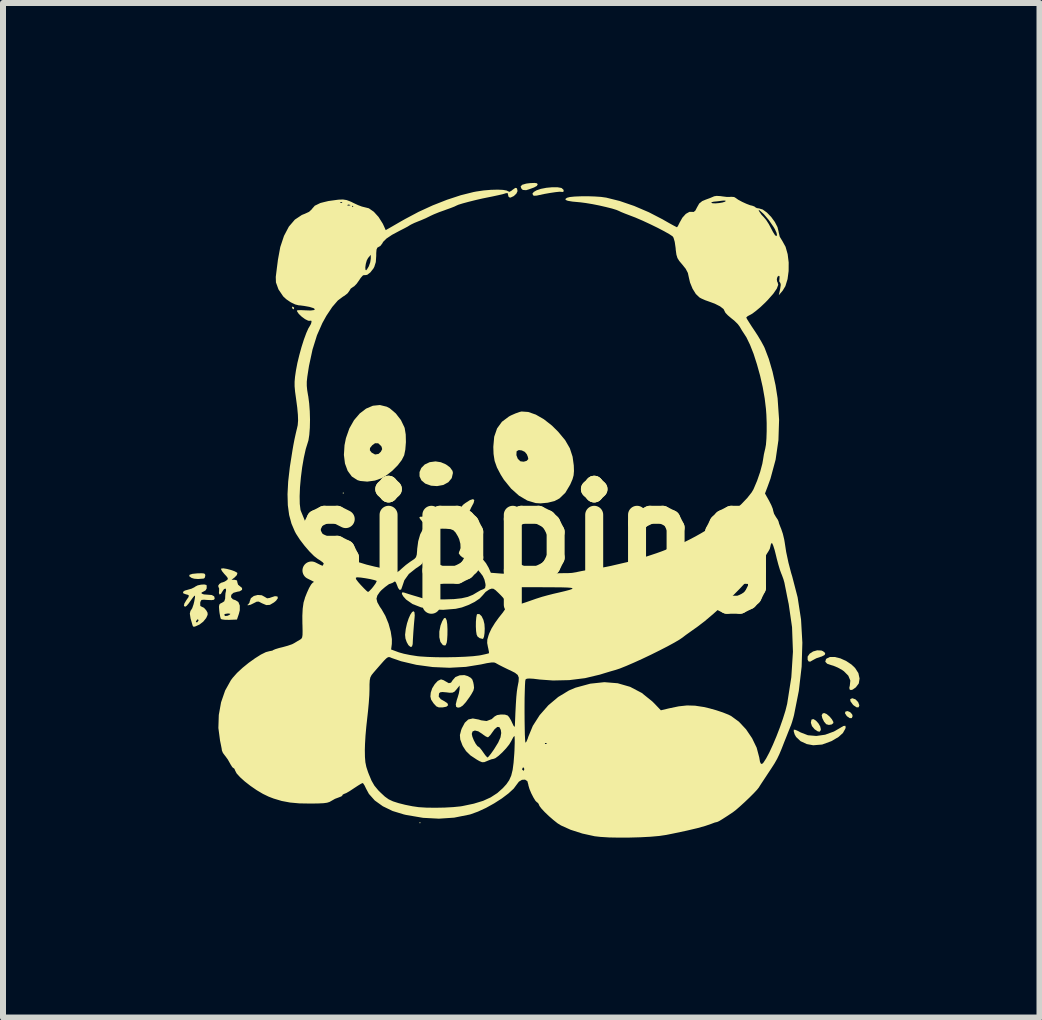
<source format=kicad_pcb>
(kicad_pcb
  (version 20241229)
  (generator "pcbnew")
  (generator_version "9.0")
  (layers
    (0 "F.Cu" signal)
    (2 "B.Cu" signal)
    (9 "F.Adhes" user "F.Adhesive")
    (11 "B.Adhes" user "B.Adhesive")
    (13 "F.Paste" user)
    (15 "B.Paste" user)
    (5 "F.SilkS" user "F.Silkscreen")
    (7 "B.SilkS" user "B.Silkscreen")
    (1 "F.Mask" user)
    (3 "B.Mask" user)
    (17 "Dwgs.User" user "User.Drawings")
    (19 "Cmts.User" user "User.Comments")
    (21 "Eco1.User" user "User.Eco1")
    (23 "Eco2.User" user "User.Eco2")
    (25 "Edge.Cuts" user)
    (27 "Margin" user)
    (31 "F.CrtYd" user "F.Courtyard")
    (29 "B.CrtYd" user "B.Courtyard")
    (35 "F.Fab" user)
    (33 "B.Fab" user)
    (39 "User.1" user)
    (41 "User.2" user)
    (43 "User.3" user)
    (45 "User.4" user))
  (footprint "sipping"
    (layer "F.Cu")
    (at 5.893 5.855)
    (property "Reference" "sipping" (at 0 0 0) (layer "F.SilkS") (effects (font (size 1.5 1.5) (thickness 0.3))))
    (attr board_only exclude_from_pos_files exclude_from_bom)
    (fp_poly (pts (xy -3.209 -0.684) (xy -3.22 -0.673) (xy -3.231 -0.684) (xy -3.22 -0.696)) (stroke (width 0) (type solid)) (fill yes) (layer "F.SilkS"))
    (fp_poly (pts (xy -1.93 4.813) (xy -1.941 4.824) (xy -1.952 4.813) (xy -1.941 4.802)) (stroke (width 0) (type solid)) (fill yes) (layer "F.SilkS"))
    (fp_poly (pts (xy 0 -0.438) (xy -0.011 -0.426) (xy -0.022 -0.438) (xy -0.011 -0.449)) (stroke (width 0) (type solid)) (fill yes) (layer "F.SilkS"))
    (fp_poly (pts (xy -4.04 -3.776) (xy -4.039 -3.77) (xy -4.047 -3.748) (xy -4.049 -3.747) (xy -4.068 -3.763) (xy -4.073 -3.77) (xy -4.071 -3.79) (xy -4.063 -3.792)) (stroke (width 0) (type solid)) (fill yes) (layer "F.SilkS"))
    (fp_poly (pts (xy 5.232 2.969) (xy 5.265 3.005) (xy 5.273 3.035) (xy 5.259 3.068) (xy 5.225 3.069) (xy 5.18 3.038) (xy 5.172 3.029) (xy 5.145 2.986) (xy 5.154 2.959) (xy 5.189 2.951)) (stroke (width 0) (type solid)) (fill yes) (layer "F.SilkS"))
    (fp_poly (pts (xy 5.321 2.756) (xy 5.365 2.801) (xy 5.385 2.854) (xy 5.385 2.857) (xy 5.372 2.889) (xy 5.338 2.888) (xy 5.29 2.856) (xy 5.277 2.843) (xy 5.237 2.788) (xy 5.233 2.752) (xy 5.265 2.738) (xy 5.269 2.737)) (stroke (width 0) (type solid)) (fill yes) (layer "F.SilkS"))
    (fp_poly (pts (xy -5.539 0.657) (xy -5.523 0.672) (xy -5.52 0.695) (xy -5.531 0.732) (xy -5.548 0.742) (xy -5.59 0.745) (xy -5.64 0.749) (xy -5.705 0.744) (xy -5.75 0.73) (xy -5.788 0.702) (xy -5.783 0.679) (xy -5.735 0.663) (xy -5.655 0.655) (xy -5.58 0.653)) (stroke (width 0) (type solid)) (fill yes) (layer "F.SilkS"))
    (fp_poly (pts (xy 0.01 -5.849) (xy 0.022 -5.832) (xy 0.022 -5.83) (xy 0.008 -5.805) (xy -0.039 -5.779) (xy -0.124 -5.748) (xy -0.171 -5.734) (xy -0.225 -5.738) (xy -0.247 -5.756) (xy -0.263 -5.795) (xy -0.237 -5.824) (xy -0.168 -5.844) (xy -0.102 -5.852) (xy -0.028 -5.855)) (stroke (width 0) (type solid)) (fill yes) (layer "F.SilkS"))
    (fp_poly (pts (xy 4.662 3.111) (xy 4.702 3.155) (xy 4.732 3.206) (xy 4.743 3.254) (xy 4.741 3.27) (xy 4.723 3.295) (xy 4.691 3.289) (xy 4.637 3.253) (xy 4.637 3.252) (xy 4.595 3.202) (xy 4.577 3.145) (xy 4.586 3.097) (xy 4.592 3.09) (xy 4.622 3.085)) (stroke (width 0) (type solid)) (fill yes) (layer "F.SilkS"))
    (fp_poly (pts (xy 4.839 3) (xy 4.886 3.039) (xy 4.927 3.087) (xy 4.951 3.131) (xy 4.952 3.15) (xy 4.925 3.174) (xy 4.877 3.182) (xy 4.833 3.17) (xy 4.833 3.17) (xy 4.797 3.128) (xy 4.767 3.067) (xy 4.757 3.019) (xy 4.775 2.99) (xy 4.8 2.984)) (stroke (width 0) (type solid)) (fill yes) (layer "F.SilkS"))
    (fp_poly (pts (xy 4.751 1.941) (xy 4.78 1.953) (xy 4.816 1.984) (xy 4.808 2.015) (xy 4.758 2.041) (xy 4.734 2.048) (xy 4.667 2.071) (xy 4.613 2.1) (xy 4.613 2.1) (xy 4.566 2.127) (xy 4.539 2.123) (xy 4.523 2.095) (xy 4.523 2.042) (xy 4.557 1.994) (xy 4.614 1.957) (xy 4.682 1.938)) (stroke (width 0) (type solid)) (fill yes) (layer "F.SilkS"))
    (fp_poly (pts (xy -1.497 1.434) (xy -1.495 1.442) (xy -1.486 1.501) (xy -1.482 1.587) (xy -1.483 1.681) (xy -1.488 1.764) (xy -1.495 1.812) (xy -1.513 1.854) (xy -1.541 1.857) (xy -1.564 1.845) (xy -1.6 1.797) (xy -1.618 1.72) (xy -1.618 1.625) (xy -1.598 1.525) (xy -1.57 1.453) (xy -1.54 1.403) (xy -1.516 1.397)) (stroke (width 0) (type solid)) (fill yes) (layer "F.SilkS"))
    (fp_poly (pts (xy -1.592 -1.198) (xy -1.508 -1.162) (xy -1.44 -1.112) (xy -1.398 -1.054) (xy -1.391 -1.019) (xy -1.411 -0.933) (xy -1.467 -0.865) (xy -1.551 -0.819) (xy -1.656 -0.8) (xy -1.756 -0.807) (xy -1.853 -0.842) (xy -1.917 -0.896) (xy -1.948 -0.963) (xy -1.948 -1.034) (xy -1.919 -1.102) (xy -1.862 -1.16) (xy -1.779 -1.199) (xy -1.681 -1.212)) (stroke (width 0) (type solid)) (fill yes) (layer "F.SilkS"))
    (fp_poly (pts (xy -0.913 1.369) (xy -0.883 1.43) (xy -0.866 1.5) (xy -0.861 1.576) (xy -0.864 1.65) (xy -0.873 1.711) (xy -0.887 1.744) (xy -0.895 1.748) (xy -0.926 1.74) (xy -0.946 1.735) (xy -0.981 1.708) (xy -0.996 1.676) (xy -1.005 1.617) (xy -1.009 1.541) (xy -1.008 1.461) (xy -1.002 1.391) (xy -0.993 1.344) (xy -0.986 1.334) (xy -0.95 1.334)) (stroke (width 0) (type solid)) (fill yes) (layer "F.SilkS"))
    (fp_poly (pts (xy -2.033 1.301) (xy -2.028 1.352) (xy -2.031 1.395) (xy -2.041 1.505) (xy -2.051 1.636) (xy -2.059 1.765) (xy -2.062 1.834) (xy -2.074 1.876) (xy -2.1 1.881) (xy -2.134 1.851) (xy -2.162 1.801) (xy -2.183 1.74) (xy -2.189 1.679) (xy -2.179 1.596) (xy -2.178 1.585) (xy -2.157 1.49) (xy -2.13 1.408) (xy -2.101 1.343) (xy -2.073 1.301) (xy -2.05 1.286)) (stroke (width 0) (type solid)) (fill yes) (layer "F.SilkS"))
    (fp_poly (pts (xy 0.351 -5.783) (xy 0.414 -5.772) (xy 0.423 -5.768) (xy 0.453 -5.74) (xy 0.456 -5.713) (xy 0.432 -5.703) (xy 0.416 -5.707) (xy 0.383 -5.708) (xy 0.317 -5.701) (xy 0.23 -5.688) (xy 0.133 -5.671) (xy 0.039 -5.651) (xy 0.009 -5.644) (xy -0.035 -5.641) (xy -0.053 -5.647) (xy -0.066 -5.676) (xy -0.043 -5.705) (xy 0.004 -5.732) (xy 0.075 -5.756) (xy 0.167 -5.774) (xy 0.264 -5.783)) (stroke (width 0) (type solid)) (fill yes) (layer "F.SilkS"))
    (fp_poly (pts (xy 5.157 3.224) (xy 5.151 3.246) (xy 5.111 3.317) (xy 5.039 3.382) (xy 4.928 3.448) (xy 4.918 3.453) (xy 4.765 3.509) (xy 4.616 3.521) (xy 4.508 3.501) (xy 4.405 3.453) (xy 4.331 3.383) (xy 4.307 3.341) (xy 4.292 3.292) (xy 4.292 3.262) (xy 4.293 3.261) (xy 4.318 3.264) (xy 4.368 3.286) (xy 4.406 3.307) (xy 4.528 3.354) (xy 4.668 3.366) (xy 4.815 3.345) (xy 4.961 3.292) (xy 5.055 3.238) (xy 5.118 3.2) (xy 5.152 3.196)) (stroke (width 0) (type solid)) (fill yes) (layer "F.SilkS"))
    (fp_poly (pts (xy -4.578 1.02) (xy -4.529 1.047) (xy -4.489 1.071) (xy -4.444 1.064) (xy -4.43 1.058) (xy -4.359 1.035) (xy -4.317 1.04) (xy -4.31 1.068) (xy -4.34 1.111) (xy -4.375 1.14) (xy -4.443 1.18) (xy -4.503 1.184) (xy -4.574 1.154) (xy -4.58 1.151) (xy -4.628 1.126) (xy -4.663 1.127) (xy -4.71 1.151) (xy -4.763 1.177) (xy -4.804 1.187) (xy -4.805 1.187) (xy -4.822 1.183) (xy -4.807 1.174) (xy -4.784 1.145) (xy -4.779 1.121) (xy -4.76 1.069) (xy -4.711 1.032) (xy -4.646 1.015)) (stroke (width 0) (type solid)) (fill yes) (layer "F.SilkS"))
    (fp_poly (pts (xy 5.068 2.072) (xy 5.164 2.115) (xy 5.254 2.175) (xy 5.314 2.232) (xy 5.369 2.318) (xy 5.389 2.408) (xy 5.376 2.49) (xy 5.327 2.555) (xy 5.326 2.556) (xy 5.274 2.593) (xy 5.242 2.601) (xy 5.222 2.589) (xy 5.218 2.56) (xy 5.226 2.528) (xy 5.235 2.443) (xy 5.201 2.361) (xy 5.128 2.287) (xy 5.098 2.266) (xy 5.024 2.225) (xy 4.952 2.195) (xy 4.92 2.186) (xy 4.849 2.162) (xy 4.817 2.129) (xy 4.828 2.088) (xy 4.838 2.076) (xy 4.895 2.049) (xy 4.974 2.049)) (stroke (width 0) (type solid)) (fill yes) (layer "F.SilkS"))
    (fp_poly (pts (xy -2.495 -2.124) (xy -2.445 -2.098) (xy -2.344 -2.012) (xy -2.258 -1.901) (xy -2.2 -1.78) (xy -2.195 -1.764) (xy -2.178 -1.66) (xy -2.175 -1.534) (xy -2.185 -1.408) (xy -2.204 -1.314) (xy -2.244 -1.235) (xy -2.313 -1.145) (xy -2.402 -1.056) (xy -2.5 -0.979) (xy -2.575 -0.934) (xy -2.693 -0.892) (xy -2.82 -0.875) (xy -2.938 -0.886) (xy -2.984 -0.9) (xy -3.077 -0.96) (xy -3.146 -1.054) (xy -3.191 -1.176) (xy -3.209 -1.32) (xy -3.204 -1.397) (xy -2.776 -1.397) (xy -2.747 -1.359) (xy -2.689 -1.327) (xy -2.631 -1.337) (xy -2.593 -1.373) (xy -2.571 -1.416) (xy -2.58 -1.454) (xy -2.589 -1.469) (xy -2.637 -1.514) (xy -2.69 -1.515) (xy -2.736 -1.482) (xy -2.774 -1.435) (xy -2.776 -1.397) (xy -3.204 -1.397) (xy -3.199 -1.481) (xy -3.175 -1.6) (xy -3.118 -1.762) (xy -3.04 -1.9) (xy -2.945 -2.011) (xy -2.839 -2.092) (xy -2.726 -2.14) (xy -2.609 -2.152)) (stroke (width 0) (type solid)) (fill yes) (layer "F.SilkS"))
    (fp_poly (pts (xy -0.135 -2.036) (xy -0.009 -1.992) (xy 0.125 -1.915) (xy 0.26 -1.809) (xy 0.364 -1.706) (xy 0.48 -1.566) (xy 0.558 -1.431) (xy 0.604 -1.29) (xy 0.624 -1.144) (xy 0.627 -1.05) (xy 0.621 -0.98) (xy 0.603 -0.915) (xy 0.568 -0.834) (xy 0.564 -0.825) (xy 0.483 -0.689) (xy 0.386 -0.595) (xy 0.303 -0.551) (xy 0.19 -0.523) (xy 0.068 -0.512) (xy -0.011 -0.517) (xy -0.151 -0.559) (xy -0.29 -0.641) (xy -0.422 -0.759) (xy -0.542 -0.907) (xy -0.594 -0.99) (xy -0.657 -1.11) (xy -0.696 -1.22) (xy -0.711 -1.316) (xy -0.333 -1.316) (xy -0.31 -1.256) (xy -0.268 -1.215) (xy -0.263 -1.213) (xy -0.211 -1.207) (xy -0.162 -1.221) (xy -0.136 -1.249) (xy -0.135 -1.256) (xy -0.143 -1.291) (xy -0.16 -1.332) (xy -0.193 -1.371) (xy -0.243 -1.395) (xy -0.293 -1.401) (xy -0.326 -1.383) (xy -0.33 -1.376) (xy -0.333 -1.316) (xy -0.711 -1.316) (xy -0.714 -1.338) (xy -0.718 -1.454) (xy -0.703 -1.623) (xy -0.655 -1.762) (xy -0.574 -1.873) (xy -0.458 -1.96) (xy -0.423 -1.979) (xy -0.348 -2.012) (xy -0.28 -2.036) (xy -0.247 -2.044)) (stroke (width 0) (type solid)) (fill yes) (layer "F.SilkS"))
    (fp_poly (pts (xy -1.143 2.368) (xy -1.094 2.396) (xy -1.068 2.425) (xy -1.052 2.473) (xy -1.044 2.514) (xy -1.039 2.564) (xy -1.05 2.61) (xy -1.082 2.668) (xy -1.113 2.716) (xy -1.177 2.804) (xy -1.227 2.859) (xy -1.27 2.887) (xy -1.307 2.894) (xy -1.337 2.881) (xy -1.344 2.839) (xy -1.326 2.764) (xy -1.313 2.726) (xy -1.292 2.655) (xy -1.281 2.592) (xy -1.28 2.58) (xy -1.279 2.524) (xy -1.331 2.589) (xy -1.366 2.628) (xy -1.4 2.644) (xy -1.45 2.645) (xy -1.497 2.639) (xy -1.568 2.633) (xy -1.606 2.639) (xy -1.623 2.658) (xy -1.628 2.71) (xy -1.594 2.753) (xy -1.542 2.782) (xy -1.484 2.819) (xy -1.471 2.853) (xy -1.5 2.878) (xy -1.563 2.89) (xy -1.626 2.89) (xy -1.667 2.873) (xy -1.709 2.828) (xy -1.717 2.818) (xy -1.755 2.76) (xy -1.767 2.708) (xy -1.761 2.644) (xy -1.737 2.571) (xy -1.694 2.502) (xy -1.644 2.448) (xy -1.594 2.424) (xy -1.588 2.423) (xy -1.547 2.436) (xy -1.513 2.456) (xy -1.46 2.486) (xy -1.423 2.477) (xy -1.396 2.436) (xy -1.35 2.384) (xy -1.279 2.355) (xy -1.2 2.351)) (stroke (width 0) (type solid)) (fill yes) (layer "F.SilkS"))
    (fp_poly (pts (xy -5.158 0.581) (xy -5.09 0.599) (xy -5.029 0.621) (xy -4.99 0.643) (xy -4.985 0.651) (xy -4.994 0.684) (xy -5.029 0.721) (xy -5.082 0.762) (xy -5.03 0.762) (xy -4.991 0.773) (xy -4.986 0.802) (xy -4.974 0.843) (xy -4.948 0.865) (xy -4.907 0.898) (xy -4.907 0.93) (xy -4.947 0.954) (xy -4.986 0.961) (xy -5.051 0.979) (xy -5.087 1.013) (xy -5.091 1.053) (xy -5.061 1.087) (xy -5.015 1.103) (xy -4.969 1.132) (xy -4.945 1.191) (xy -4.945 1.271) (xy -4.96 1.33) (xy -4.992 1.425) (xy -5.121 1.43) (xy -5.192 1.429) (xy -5.244 1.422) (xy -5.261 1.414) (xy -5.271 1.381) (xy -5.277 1.346) (xy -5.206 1.346) (xy -5.189 1.366) (xy -5.149 1.362) (xy -5.116 1.346) (xy -5.101 1.331) (xy -5.124 1.325) (xy -5.144 1.324) (xy -5.189 1.331) (xy -5.206 1.346) (xy -5.277 1.346) (xy -5.282 1.32) (xy -5.287 1.28) (xy -5.292 1.212) (xy -5.286 1.175) (xy -5.265 1.155) (xy -5.243 1.146) (xy -5.204 1.121) (xy -5.189 1.076) (xy -5.188 1.046) (xy -5.184 0.987) (xy -5.175 0.947) (xy -5.174 0.945) (xy -5.176 0.915) (xy -5.183 0.909) (xy -5.207 0.916) (xy -5.232 0.952) (xy -5.26 0.998) (xy -5.284 1.007) (xy -5.293 0.98) (xy -5.29 0.953) (xy -5.289 0.906) (xy -5.3 0.884) (xy -5.305 0.861) (xy -5.285 0.831) (xy -5.253 0.81) (xy -5.241 0.808) (xy -5.203 0.795) (xy -5.171 0.776) (xy -5.146 0.754) (xy -5.145 0.734) (xy -5.169 0.701) (xy -5.202 0.666) (xy -5.241 0.618) (xy -5.258 0.584) (xy -5.255 0.575) (xy -5.218 0.571)) (stroke (width 0) (type solid)) (fill yes) (layer "F.SilkS"))
    (fp_poly (pts (xy -5.503 0.848) (xy -5.497 0.858) (xy -5.497 0.894) (xy -5.497 0.907) (xy -5.516 0.939) (xy -5.542 0.954) (xy -5.582 0.974) (xy -5.581 0.992) (xy -5.544 1.006) (xy -5.485 1.01) (xy -5.411 1.016) (xy -5.374 1.037) (xy -5.37 1.044) (xy -5.363 1.076) (xy -5.376 1.095) (xy -5.416 1.101) (xy -5.491 1.098) (xy -5.542 1.094) (xy -5.584 1.098) (xy -5.602 1.13) (xy -5.605 1.15) (xy -5.603 1.198) (xy -5.578 1.212) (xy -5.542 1.229) (xy -5.505 1.27) (xy -5.482 1.312) (xy -5.481 1.346) (xy -5.503 1.395) (xy -5.506 1.401) (xy -5.555 1.461) (xy -5.618 1.509) (xy -5.623 1.511) (xy -5.682 1.538) (xy -5.712 1.546) (xy -5.726 1.536) (xy -5.733 1.52) (xy -5.75 1.461) (xy -5.677 1.461) (xy -5.663 1.473) (xy -5.654 1.47) (xy -5.633 1.44) (xy -5.632 1.433) (xy -5.646 1.421) (xy -5.654 1.425) (xy -5.676 1.455) (xy -5.677 1.461) (xy -5.75 1.461) (xy -5.766 1.405) (xy -5.778 1.326) (xy -5.767 1.279) (xy -5.76 1.271) (xy -5.738 1.236) (xy -5.716 1.172) (xy -5.704 1.122) (xy -5.693 1.06) (xy -5.691 1.029) (xy -5.702 1.029) (xy -5.73 1.063) (xy -5.78 1.132) (xy -5.796 1.155) (xy -5.83 1.195) (xy -5.857 1.212) (xy -5.857 1.212) (xy -5.877 1.196) (xy -5.869 1.157) (xy -5.836 1.102) (xy -5.834 1.099) (xy -5.799 1.049) (xy -5.795 1.021) (xy -5.823 1.008) (xy -5.838 1.006) (xy -5.885 0.989) (xy -5.893 0.965) (xy -5.862 0.942) (xy -5.819 0.93) (xy -5.749 0.91) (xy -5.693 0.881) (xy -5.688 0.876) (xy -5.647 0.855) (xy -5.591 0.843) (xy -5.538 0.84)) (stroke (width 0) (type solid)) (fill yes) (layer "F.SilkS"))
    (fp_poly (pts (xy -0.323 -5.765) (xy -0.314 -5.719) (xy -0.333 -5.677) (xy -0.376 -5.636) (xy -0.427 -5.612) (xy -0.443 -5.61) (xy -0.466 -5.628) (xy -0.471 -5.654) (xy -0.478 -5.685) (xy -0.508 -5.684) (xy -0.522 -5.679) (xy -0.566 -5.666) (xy -0.641 -5.649) (xy -0.734 -5.629) (xy -0.774 -5.621) (xy -0.897 -5.596) (xy -1.019 -5.568) (xy -1.134 -5.539) (xy -1.23 -5.513) (xy -1.301 -5.491) (xy -1.335 -5.476) (xy -1.366 -5.461) (xy -1.427 -5.437) (xy -1.508 -5.408) (xy -1.529 -5.4) (xy -1.622 -5.367) (xy -1.708 -5.332) (xy -1.771 -5.303) (xy -1.776 -5.3) (xy -1.843 -5.267) (xy -1.927 -5.231) (xy -1.963 -5.217) (xy -2.034 -5.188) (xy -2.09 -5.161) (xy -2.109 -5.15) (xy -2.146 -5.127) (xy -2.21 -5.093) (xy -2.277 -5.059) (xy -2.406 -4.99) (xy -2.5 -4.927) (xy -2.556 -4.871) (xy -2.569 -4.846) (xy -2.601 -4.804) (xy -2.626 -4.79) (xy -2.651 -4.776) (xy -2.665 -4.744) (xy -2.67 -4.685) (xy -2.67 -4.64) (xy -2.677 -4.535) (xy -2.702 -4.456) (xy -2.717 -4.428) (xy -2.768 -4.363) (xy -2.82 -4.323) (xy -2.864 -4.316) (xy -2.872 -4.32) (xy -2.895 -4.31) (xy -2.93 -4.27) (xy -2.955 -4.232) (xy -2.997 -4.173) (xy -3.038 -4.131) (xy -3.056 -4.121) (xy -3.095 -4.093) (xy -3.116 -4.058) (xy -3.147 -4.015) (xy -3.203 -3.971) (xy -3.222 -3.961) (xy -3.31 -3.895) (xy -3.403 -3.787) (xy -3.501 -3.64) (xy -3.568 -3.519) (xy -3.658 -3.315) (xy -3.732 -3.078) (xy -3.791 -2.804) (xy -3.802 -2.735) (xy -3.819 -2.624) (xy -3.828 -2.542) (xy -3.828 -2.472) (xy -3.821 -2.4) (xy -3.806 -2.309) (xy -3.803 -2.296) (xy -3.788 -2.18) (xy -3.778 -2.047) (xy -3.774 -1.907) (xy -3.777 -1.772) (xy -3.786 -1.654) (xy -3.8 -1.564) (xy -3.808 -1.537) (xy -3.845 -1.418) (xy -3.877 -1.274) (xy -3.905 -1.113) (xy -3.926 -0.947) (xy -3.941 -0.783) (xy -3.947 -0.632) (xy -3.945 -0.503) (xy -3.933 -0.406) (xy -3.928 -0.389) (xy -3.844 -0.185) (xy -3.72 -0.001) (xy -3.699 0.024) (xy -3.637 0.091) (xy -3.577 0.147) (xy -3.509 0.197) (xy -3.424 0.249) (xy -3.313 0.308) (xy -3.22 0.354) (xy -3.078 0.421) (xy -2.955 0.471) (xy -2.832 0.509) (xy -2.689 0.544) (xy -2.659 0.55) (xy -2.563 0.572) (xy -2.474 0.596) (xy -2.409 0.617) (xy -2.402 0.62) (xy -2.355 0.637) (xy -2.321 0.636) (xy -2.284 0.611) (xy -2.245 0.575) (xy -2.176 0.515) (xy -2.1 0.459) (xy -2.08 0.446) (xy -2.034 0.415) (xy -2.007 0.385) (xy -1.994 0.342) (xy -1.988 0.271) (xy -1.987 0.247) (xy -1.97 0.119) (xy -1.937 0.004) (xy -1.891 -0.083) (xy -1.871 -0.107) (xy -1.852 -0.133) (xy -1.86 -0.161) (xy -1.895 -0.201) (xy -1.932 -0.244) (xy -1.951 -0.273) (xy -1.952 -0.276) (xy -1.934 -0.29) (xy -1.888 -0.289) (xy -1.829 -0.273) (xy -1.793 -0.257) (xy -1.69 -0.222) (xy -1.57 -0.207) (xy -1.453 -0.215) (xy -1.424 -0.222) (xy -1.366 -0.241) (xy -1.334 -0.271) (xy -1.312 -0.325) (xy -1.306 -0.347) (xy -1.275 -0.427) (xy -1.221 -0.489) (xy -1.186 -0.516) (xy -1.107 -0.567) (xy -1.056 -0.583) (xy -1.035 -0.567) (xy -1.046 -0.519) (xy -1.088 -0.44) (xy -1.089 -0.438) (xy -1.125 -0.359) (xy -1.142 -0.278) (xy -1.14 -0.206) (xy -1.118 -0.16) (xy -1.116 -0.159) (xy -1.081 -0.13) (xy -1.03 -0.089) (xy -1.023 -0.083) (xy -0.978 -0.035) (xy -0.975 -0.001) (xy -1.011 0.015) (xy -1.08 0.011) (xy -1.136 0.003) (xy -1.159 0.01) (xy -1.16 0.036) (xy -1.158 0.048) (xy -1.147 0.107) (xy -1.135 0.178) (xy -1.134 0.184) (xy -1.112 0.252) (xy -1.074 0.281) (xy -0.995 0.324) (xy -0.912 0.396) (xy -0.84 0.485) (xy -0.796 0.561) (xy -0.759 0.645) (xy -0.576 0.659) (xy -0.493 0.663) (xy -0.376 0.665) (xy -0.237 0.665) (xy -0.088 0.664) (xy 0.034 0.661) (xy 0.172 0.658) (xy 0.299 0.655) (xy 0.406 0.652) (xy 0.485 0.651) (xy 0.527 0.651) (xy 0.595 0.647) (xy 0.673 0.634) (xy 0.684 0.631) (xy 0.751 0.617) (xy 0.843 0.6) (xy 0.943 0.584) (xy 0.954 0.583) (xy 1.06 0.566) (xy 1.167 0.546) (xy 1.254 0.528) (xy 1.257 0.527) (xy 1.356 0.504) (xy 1.463 0.479) (xy 1.503 0.47) (xy 1.58 0.451) (xy 1.678 0.423) (xy 1.787 0.39) (xy 1.898 0.354) (xy 2.003 0.319) (xy 2.092 0.287) (xy 2.156 0.262) (xy 2.186 0.246) (xy 2.186 0.246) (xy 2.226 0.227) (xy 2.249 0.224) (xy 2.288 0.214) (xy 2.357 0.186) (xy 2.447 0.144) (xy 2.548 0.094) (xy 2.651 0.04) (xy 2.747 -0.014) (xy 2.822 -0.059) (xy 2.908 -0.114) (xy 3.006 -0.177) (xy 3.068 -0.217) (xy 3.188 -0.301) (xy 3.308 -0.398) (xy 3.42 -0.501) (xy 3.516 -0.602) (xy 3.588 -0.693) (xy 3.62 -0.747) (xy 3.68 -0.888) (xy 3.731 -1.036) (xy 3.768 -1.175) (xy 3.781 -1.25) (xy 3.794 -1.331) (xy 3.811 -1.405) (xy 3.816 -1.425) (xy 3.828 -1.491) (xy 3.836 -1.592) (xy 3.84 -1.715) (xy 3.84 -1.852) (xy 3.835 -1.99) (xy 3.828 -2.087) (xy 3.807 -2.262) (xy 3.774 -2.45) (xy 3.73 -2.643) (xy 3.678 -2.83) (xy 3.622 -3.005) (xy 3.562 -3.157) (xy 3.503 -3.279) (xy 3.469 -3.332) (xy 3.427 -3.396) (xy 3.392 -3.456) (xy 3.391 -3.458) (xy 3.357 -3.503) (xy 3.3 -3.559) (xy 3.251 -3.598) (xy 3.193 -3.647) (xy 3.153 -3.689) (xy 3.141 -3.712) (xy 3.121 -3.752) (xy 3.063 -3.797) (xy 2.976 -3.841) (xy 2.895 -3.871) (xy 2.816 -3.899) (xy 2.749 -3.929) (xy 2.72 -3.945) (xy 2.659 -4.003) (xy 2.604 -4.092) (xy 2.562 -4.195) (xy 2.543 -4.276) (xy 2.526 -4.354) (xy 2.49 -4.423) (xy 2.433 -4.494) (xy 2.383 -4.553) (xy 2.352 -4.603) (xy 2.335 -4.659) (xy 2.324 -4.739) (xy 2.322 -4.768) (xy 2.307 -4.872) (xy 2.287 -4.941) (xy 2.272 -4.964) (xy 2.217 -5.001) (xy 2.13 -5.05) (xy 2.021 -5.107) (xy 1.898 -5.167) (xy 1.771 -5.226) (xy 1.65 -5.278) (xy 1.548 -5.317) (xy 1.472 -5.346) (xy 1.411 -5.371) (xy 1.38 -5.386) (xy 1.338 -5.404) (xy 1.261 -5.428) (xy 1.161 -5.453) (xy 1.048 -5.479) (xy 0.932 -5.502) (xy 0.823 -5.52) (xy 0.732 -5.532) (xy 0.718 -5.533) (xy 0.6 -5.544) (xy 0.524 -5.557) (xy 0.487 -5.572) (xy 0.487 -5.59) (xy 0.512 -5.608) (xy 0.559 -5.62) (xy 0.639 -5.628) (xy 0.742 -5.632) (xy 0.857 -5.633) (xy 0.973 -5.629) (xy 1.079 -5.622) (xy 1.163 -5.61) (xy 1.164 -5.61) (xy 1.389 -5.554) (xy 1.631 -5.471) (xy 1.876 -5.366) (xy 2.11 -5.245) (xy 2.123 -5.237) (xy 2.209 -5.188) (xy 2.281 -5.148) (xy 2.329 -5.123) (xy 2.344 -5.116) (xy 2.359 -5.134) (xy 2.382 -5.18) (xy 2.386 -5.189) (xy 2.435 -5.276) (xy 2.492 -5.339) (xy 2.551 -5.372) (xy 2.587 -5.373) (xy 2.623 -5.371) (xy 2.65 -5.393) (xy 2.652 -5.396) (xy 3.708 -5.396) (xy 3.719 -5.374) (xy 3.754 -5.324) (xy 3.792 -5.284) (xy 3.831 -5.238) (xy 3.875 -5.17) (xy 3.898 -5.127) (xy 3.946 -5.036) (xy 3.979 -4.984) (xy 4 -4.968) (xy 4.012 -4.984) (xy 4.012 -4.986) (xy 4.004 -5.024) (xy 3.978 -5.082) (xy 3.955 -5.121) (xy 3.874 -5.238) (xy 3.793 -5.334) (xy 3.737 -5.385) (xy 3.708 -5.407) (xy 3.708 -5.396) (xy 2.652 -5.396) (xy 2.679 -5.448) (xy 2.68 -5.45) (xy 2.716 -5.513) (xy 2.732 -5.525) (xy 2.917 -5.525) (xy 2.936 -5.516) (xy 2.984 -5.514) (xy 3.045 -5.519) (xy 3.104 -5.529) (xy 3.145 -5.542) (xy 3.153 -5.547) (xy 3.152 -5.561) (xy 3.111 -5.56) (xy 3.085 -5.557) (xy 3.017 -5.548) (xy 2.964 -5.543) (xy 2.956 -5.542) (xy 2.923 -5.534) (xy 2.917 -5.525) (xy 2.732 -5.525) (xy 2.765 -5.552) (xy 2.825 -5.577) (xy 2.893 -5.602) (xy 2.948 -5.625) (xy 2.963 -5.632) (xy 3.006 -5.639) (xy 3.072 -5.635) (xy 3.098 -5.631) (xy 3.17 -5.622) (xy 3.231 -5.622) (xy 3.245 -5.624) (xy 3.297 -5.62) (xy 3.323 -5.605) (xy 3.365 -5.575) (xy 3.43 -5.54) (xy 3.502 -5.507) (xy 3.565 -5.483) (xy 3.6 -5.475) (xy 3.638 -5.461) (xy 3.646 -5.452) (xy 3.677 -5.435) (xy 3.713 -5.43) (xy 3.775 -5.411) (xy 3.845 -5.36) (xy 3.915 -5.288) (xy 3.976 -5.204) (xy 4.02 -5.119) (xy 4.039 -5.043) (xy 4.039 -5.037) (xy 4.058 -4.958) (xy 4.103 -4.884) (xy 4.155 -4.79) (xy 4.19 -4.667) (xy 4.207 -4.529) (xy 4.206 -4.386) (xy 4.188 -4.251) (xy 4.152 -4.134) (xy 4.106 -4.058) (xy 4.042 -3.983) (xy 4.064 -4.083) (xy 4.075 -4.155) (xy 4.068 -4.188) (xy 4.063 -4.192) (xy 4.049 -4.217) (xy 4.053 -4.254) (xy 4.055 -4.295) (xy 4.044 -4.308) (xy 4.02 -4.29) (xy 4.009 -4.249) (xy 4.015 -4.209) (xy 4.022 -4.199) (xy 4.033 -4.157) (xy 4.009 -4.093) (xy 3.95 -4.007) (xy 3.858 -3.903) (xy 3.814 -3.858) (xy 3.736 -3.784) (xy 3.661 -3.721) (xy 3.6 -3.675) (xy 3.572 -3.659) (xy 3.524 -3.634) (xy 3.501 -3.613) (xy 3.5 -3.611) (xy 3.512 -3.586) (xy 3.545 -3.533) (xy 3.591 -3.461) (xy 3.626 -3.409) (xy 3.689 -3.313) (xy 3.747 -3.216) (xy 3.793 -3.131) (xy 3.806 -3.104) (xy 3.876 -2.92) (xy 3.938 -2.707) (xy 3.988 -2.482) (xy 4.022 -2.266) (xy 4.047 -1.906) (xy 4.036 -1.566) (xy 3.989 -1.241) (xy 3.903 -0.923) (xy 3.856 -0.793) (xy 3.812 -0.677) (xy 3.88 -0.556) (xy 3.917 -0.483) (xy 3.942 -0.421) (xy 3.949 -0.388) (xy 3.963 -0.339) (xy 3.994 -0.286) (xy 4.025 -0.24) (xy 4.039 -0.208) (xy 4.039 -0.207) (xy 4.047 -0.175) (xy 4.069 -0.118) (xy 4.082 -0.087) (xy 4.11 -0.004) (xy 4.133 0.093) (xy 4.14 0.135) (xy 4.165 0.297) (xy 4.203 0.476) (xy 4.248 0.648) (xy 4.266 0.707) (xy 4.356 1.054) (xy 4.413 1.424) (xy 4.435 1.811) (xy 4.423 2.21) (xy 4.376 2.614) (xy 4.296 3.017) (xy 4.284 3.063) (xy 4.264 3.132) (xy 4.245 3.189) (xy 4.241 3.197) (xy 4.225 3.237) (xy 4.197 3.307) (xy 4.162 3.396) (xy 4.138 3.455) (xy 4.09 3.578) (xy 4.051 3.671) (xy 4.014 3.748) (xy 3.972 3.822) (xy 3.919 3.905) (xy 3.862 3.991) (xy 3.806 4.076) (xy 3.757 4.15) (xy 3.722 4.204) (xy 3.711 4.223) (xy 3.68 4.262) (xy 3.624 4.322) (xy 3.552 4.394) (xy 3.471 4.471) (xy 3.392 4.543) (xy 3.323 4.603) (xy 3.274 4.64) (xy 3.168 4.71) (xy 3.093 4.758) (xy 3.044 4.787) (xy 3.015 4.8) (xy 3.006 4.802) (xy 2.973 4.81) (xy 2.92 4.83) (xy 2.912 4.833) (xy 2.819 4.865) (xy 2.684 4.903) (xy 2.506 4.945) (xy 2.284 4.992) (xy 2.165 5.016) (xy 2.051 5.033) (xy 1.905 5.046) (xy 1.736 5.055) (xy 1.557 5.06) (xy 1.378 5.061) (xy 1.212 5.058) (xy 1.069 5.049) (xy 0.972 5.038) (xy 0.767 4.993) (xy 0.571 4.93) (xy 0.411 4.858) (xy 0.353 4.822) (xy 0.284 4.767) (xy 0.21 4.703) (xy 0.141 4.637) (xy 0.085 4.577) (xy 0.051 4.532) (xy 0.045 4.515) (xy 0.027 4.482) (xy 0.012 4.474) (xy -0.015 4.447) (xy -0.049 4.392) (xy -0.085 4.322) (xy -0.115 4.25) (xy -0.132 4.192) (xy -0.135 4.174) (xy -0.15 4.12) (xy -0.189 4.094) (xy -0.24 4.097) (xy -0.291 4.128) (xy -0.326 4.174) (xy -0.378 4.244) (xy -0.465 4.324) (xy -0.576 4.408) (xy -0.704 4.49) (xy -0.839 4.565) (xy -0.973 4.627) (xy -1.097 4.672) (xy -1.116 4.677) (xy -1.371 4.728) (xy -1.625 4.745) (xy -1.889 4.731) (xy -2.171 4.683) (xy -2.21 4.674) (xy -2.397 4.617) (xy -2.56 4.538) (xy -2.694 4.442) (xy -2.792 4.332) (xy -2.839 4.245) (xy -2.866 4.189) (xy -2.889 4.155) (xy -2.897 4.151) (xy -2.924 4.163) (xy -2.976 4.195) (xy -3.043 4.239) (xy -3.046 4.241) (xy -3.114 4.286) (xy -3.17 4.318) (xy -3.203 4.331) (xy -3.203 4.331) (xy -3.229 4.344) (xy -3.231 4.353) (xy -3.25 4.373) (xy -3.293 4.39) (xy -3.357 4.414) (xy -3.417 4.448) (xy -3.449 4.466) (xy -3.49 4.479) (xy -3.548 4.487) (xy -3.632 4.491) (xy -3.751 4.493) (xy -3.764 4.493) (xy -3.951 4.49) (xy -4.106 4.476) (xy -4.245 4.45) (xy -4.379 4.41) (xy -4.463 4.378) (xy -4.56 4.331) (xy -4.663 4.27) (xy -4.766 4.199) (xy -4.861 4.125) (xy -4.941 4.053) (xy -4.998 3.99) (xy -5.024 3.94) (xy -5.026 3.932) (xy -5.04 3.906) (xy -5.048 3.904) (xy -5.07 3.886) (xy -5.099 3.84) (xy -5.106 3.827) (xy -5.145 3.758) (xy -5.188 3.699) (xy -5.191 3.696) (xy -5.226 3.649) (xy -5.242 3.611) (xy -5.242 3.611) (xy -5.244 3.601) (xy -2.86 3.601) (xy -2.858 3.716) (xy -2.851 3.804) (xy -2.835 3.882) (xy -2.807 3.968) (xy -2.793 4.004) (xy -2.748 4.112) (xy -2.7 4.195) (xy -2.636 4.272) (xy -2.599 4.309) (xy -2.526 4.377) (xy -2.463 4.422) (xy -2.391 4.456) (xy -2.297 4.486) (xy -2.186 4.514) (xy -2.066 4.538) (xy -1.963 4.553) (xy -1.834 4.561) (xy -1.685 4.563) (xy -1.53 4.56) (xy -1.385 4.552) (xy -1.265 4.54) (xy -1.234 4.535) (xy -1.044 4.495) (xy -0.889 4.448) (xy -0.762 4.39) (xy -0.651 4.318) (xy -0.559 4.236) (xy -0.499 4.17) (xy -0.453 4.103) (xy -0.419 4.026) (xy -0.396 3.933) (xy -0.394 3.92) (xy -0.238 3.92) (xy -0.235 3.928) (xy -0.213 3.948) (xy -0.202 3.925) (xy -0.202 3.914) (xy -0.213 3.891) (xy -0.225 3.893) (xy -0.238 3.92) (xy -0.394 3.92) (xy -0.38 3.813) (xy -0.368 3.659) (xy -0.365 3.607) (xy -0.362 3.509) (xy -0.361 3.485) (xy 0.142 3.485) (xy 0.145 3.499) (xy 0.157 3.5) (xy 0.176 3.492) (xy 0.172 3.485) (xy 0.145 3.483) (xy 0.142 3.485) (xy -0.361 3.485) (xy -0.361 3.43) (xy -0.363 3.38) (xy -0.366 3.366) (xy -0.383 3.384) (xy -0.408 3.43) (xy -0.418 3.45) (xy -0.452 3.507) (xy -0.505 3.573) (xy -0.568 3.64) (xy -0.63 3.697) (xy -0.683 3.736) (xy -0.712 3.747) (xy -0.753 3.756) (xy -0.811 3.779) (xy -0.82 3.783) (xy -0.867 3.802) (xy -0.904 3.804) (xy -0.948 3.786) (xy -0.992 3.761) (xy -1.098 3.691) (xy -1.172 3.619) (xy -1.226 3.536) (xy -1.236 3.514) (xy -1.269 3.425) (xy -1.275 3.35) (xy -1.27 3.331) (xy -1.077 3.331) (xy -1.067 3.378) (xy -1.043 3.438) (xy -1.012 3.496) (xy -0.982 3.536) (xy -0.966 3.545) (xy -0.944 3.562) (xy -0.909 3.606) (xy -0.889 3.635) (xy -0.851 3.688) (xy -0.822 3.72) (xy -0.813 3.725) (xy -0.794 3.707) (xy -0.757 3.661) (xy -0.711 3.596) (xy -0.703 3.584) (xy -0.636 3.475) (xy -0.598 3.389) (xy -0.586 3.317) (xy -0.593 3.265) (xy -0.616 3.219) (xy -0.651 3.215) (xy -0.696 3.253) (xy -0.729 3.298) (xy -0.767 3.351) (xy -0.8 3.384) (xy -0.81 3.388) (xy -0.842 3.375) (xy -0.89 3.342) (xy -0.902 3.332) (xy -0.968 3.289) (xy -1.025 3.275) (xy -1.064 3.291) (xy -1.077 3.331) (xy -1.27 3.331) (xy -1.254 3.268) (xy -1.243 3.239) (xy -1.193 3.145) (xy -1.135 3.091) (xy -1.06 3.074) (xy -0.962 3.092) (xy -0.921 3.105) (xy -0.83 3.117) (xy -0.745 3.085) (xy -0.695 3.04) (xy -0.655 3.018) (xy -0.591 3.008) (xy -0.524 3.01) (xy -0.478 3.025) (xy -0.453 3.054) (xy -0.421 3.109) (xy -0.406 3.142) (xy -0.379 3.198) (xy -0.364 3.215) (xy -0.359 3.198) (xy -0.358 3.186) (xy -0.35 2.99) (xy -0.35 2.988) (xy -0.197 2.988) (xy -0.196 3.118) (xy -0.194 3.239) (xy -0.192 3.343) (xy -0.188 3.422) (xy -0.184 3.469) (xy -0.18 3.478) (xy -0.165 3.459) (xy -0.144 3.41) (xy -0.136 3.383) (xy -0.059 3.197) (xy 0.055 3.019) (xy 0.199 2.855) (xy 0.364 2.716) (xy 0.544 2.607) (xy 0.653 2.561) (xy 0.899 2.494) (xy 1.134 2.469) (xy 1.356 2.487) (xy 1.564 2.547) (xy 1.758 2.649) (xy 1.935 2.792) (xy 1.973 2.83) (xy 2.076 2.938) (xy 2.21 2.906) (xy 2.373 2.872) (xy 2.513 2.857) (xy 2.646 2.861) (xy 2.79 2.883) (xy 2.885 2.905) (xy 2.999 2.937) (xy 3.11 2.974) (xy 3.203 3.011) (xy 3.247 3.033) (xy 3.377 3.128) (xy 3.496 3.255) (xy 3.597 3.404) (xy 3.673 3.561) (xy 3.714 3.716) (xy 3.716 3.724) (xy 3.729 3.798) (xy 3.746 3.832) (xy 3.769 3.828) (xy 3.787 3.809) (xy 3.831 3.741) (xy 3.885 3.64) (xy 3.943 3.514) (xy 4.003 3.372) (xy 4.06 3.224) (xy 4.111 3.078) (xy 4.153 2.944) (xy 4.181 2.832) (xy 4.182 2.827) (xy 4.251 2.386) (xy 4.278 1.961) (xy 4.263 1.552) (xy 4.206 1.158) (xy 4.204 1.152) (xy 4.181 1.039) (xy 4.161 0.937) (xy 4.145 0.858) (xy 4.136 0.811) (xy 4.135 0.808) (xy 4.119 0.751) (xy 4.093 0.68) (xy 4.085 0.662) (xy 4.062 0.6) (xy 4.035 0.51) (xy 4.007 0.405) (xy 3.995 0.354) (xy 3.972 0.263) (xy 3.95 0.194) (xy 3.932 0.154) (xy 3.924 0.147) (xy 3.907 0.178) (xy 3.904 0.198) (xy 3.892 0.246) (xy 3.872 0.283) (xy 3.842 0.33) (xy 3.804 0.397) (xy 3.786 0.43) (xy 3.726 0.524) (xy 3.637 0.638) (xy 3.524 0.769) (xy 3.393 0.909) (xy 3.25 1.054) (xy 3.1 1.196) (xy 2.95 1.331) (xy 2.806 1.453) (xy 2.672 1.555) (xy 2.636 1.58) (xy 2.56 1.634) (xy 2.494 1.681) (xy 2.452 1.713) (xy 2.445 1.719) (xy 2.39 1.757) (xy 2.302 1.809) (xy 2.188 1.871) (xy 2.056 1.939) (xy 1.913 2.01) (xy 1.768 2.079) (xy 1.627 2.143) (xy 1.5 2.198) (xy 1.393 2.241) (xy 1.324 2.264) (xy 1.226 2.292) (xy 1.13 2.321) (xy 1.056 2.344) (xy 1.055 2.344) (xy 0.812 2.402) (xy 0.547 2.435) (xy 0.277 2.441) (xy 0.056 2.425) (xy -0.049 2.412) (xy -0.117 2.408) (xy -0.158 2.411) (xy -0.178 2.422) (xy -0.181 2.426) (xy -0.186 2.455) (xy -0.19 2.521) (xy -0.193 2.614) (xy -0.196 2.728) (xy -0.197 2.855) (xy -0.197 2.988) (xy -0.35 2.988) (xy -0.342 2.834) (xy -0.334 2.713) (xy -0.325 2.622) (xy -0.315 2.557) (xy -0.314 2.551) (xy -0.296 2.457) (xy -0.293 2.394) (xy -0.311 2.349) (xy -0.356 2.313) (xy -0.434 2.273) (xy -0.466 2.259) (xy -0.55 2.218) (xy -0.621 2.182) (xy -0.668 2.156) (xy -0.675 2.151) (xy -0.703 2.141) (xy -0.75 2.141) (xy -0.825 2.152) (xy -0.922 2.173) (xy -1.176 2.214) (xy -1.449 2.229) (xy -1.728 2.217) (xy -2.001 2.18) (xy -2.256 2.12) (xy -2.412 2.066) (xy -2.437 2.055) (xy -2.457 2.05) (xy -2.477 2.055) (xy -2.503 2.073) (xy -2.541 2.111) (xy -2.594 2.171) (xy -2.67 2.258) (xy -2.715 2.31) (xy -2.748 2.351) (xy -2.768 2.389) (xy -2.778 2.436) (xy -2.782 2.506) (xy -2.782 2.583) (xy -2.785 2.684) (xy -2.794 2.812) (xy -2.807 2.951) (xy -2.821 3.078) (xy -2.836 3.215) (xy -2.849 3.362) (xy -2.857 3.5) (xy -2.86 3.601) (xy -5.244 3.601) (xy -5.248 3.573) (xy -5.261 3.507) (xy -5.274 3.444) (xy -5.302 3.233) (xy -5.295 3.016) (xy -5.257 2.805) (xy -5.189 2.608) (xy -5.093 2.436) (xy -5.062 2.395) (xy -4.99 2.314) (xy -4.898 2.229) (xy -4.796 2.146) (xy -4.691 2.071) (xy -4.593 2.009) (xy -4.51 1.968) (xy -4.449 1.952) (xy -4.448 1.952) (xy -4.402 1.943) (xy -4.386 1.933) (xy -4.353 1.919) (xy -4.292 1.9) (xy -4.23 1.885) (xy -4.147 1.862) (xy -4.074 1.837) (xy -4.039 1.819) (xy -3.981 1.784) (xy -3.938 1.759) (xy -3.918 1.744) (xy -3.905 1.721) (xy -3.899 1.681) (xy -3.898 1.615) (xy -3.9 1.515) (xy -3.901 1.496) (xy -3.902 1.363) (xy -3.896 1.243) (xy -3.883 1.15) (xy -3.881 1.139) (xy -3.862 1.077) (xy -2.666 1.077) (xy -2.652 1.136) (xy -2.609 1.213) (xy -2.581 1.253) (xy -2.518 1.363) (xy -2.465 1.492) (xy -2.428 1.626) (xy -2.409 1.751) (xy -2.41 1.832) (xy -2.422 1.924) (xy -2.292 1.972) (xy -2.21 1.995) (xy -2.102 2.017) (xy -1.986 2.035) (xy -1.939 2.04) (xy -1.813 2.048) (xy -1.664 2.053) (xy -1.503 2.054) (xy -1.342 2.051) (xy -1.189 2.045) (xy -1.056 2.036) (xy -0.953 2.024) (xy -0.92 2.018) (xy -0.852 2.003) (xy -0.804 1.991) (xy -0.79 1.986) (xy -0.791 1.963) (xy -0.801 1.911) (xy -0.808 1.881) (xy -0.82 1.816) (xy -0.818 1.76) (xy -0.798 1.69) (xy -0.786 1.656) (xy -0.748 1.575) (xy -0.69 1.481) (xy -0.626 1.392) (xy -0.618 1.382) (xy -0.559 1.308) (xy -0.525 1.258) (xy -0.51 1.221) (xy -0.511 1.187) (xy -0.518 1.161) (xy -0.532 1.11) (xy -0.538 1.082) (xy -0.539 1.081) (xy -0.553 1.063) (xy -0.591 1.022) (xy -0.629 0.984) (xy -0.682 0.934) (xy -0.717 0.911) (xy -0.749 0.91) (xy -0.787 0.924) (xy -0.847 0.965) (xy -0.895 1.021) (xy -0.946 1.075) (xy -1.029 1.131) (xy -1.132 1.182) (xy -1.242 1.223) (xy -1.346 1.246) (xy -1.556 1.263) (xy -1.75 1.254) (xy -1.922 1.222) (xy -2.065 1.166) (xy -2.171 1.092) (xy -2.218 1.04) (xy -2.242 0.998) (xy -2.24 0.973) (xy -2.21 0.973) (xy -2.206 0.975) (xy -2.163 0.989) (xy -2.096 1.01) (xy -2.054 1.023) (xy -1.976 1.046) (xy -1.907 1.067) (xy -1.882 1.075) (xy -1.838 1.082) (xy -1.759 1.087) (xy -1.658 1.089) (xy -1.543 1.089) (xy -1.534 1.089) (xy -1.373 1.084) (xy -1.246 1.07) (xy -1.144 1.047) (xy -1.058 1.012) (xy -0.988 0.97) (xy -0.931 0.937) (xy -0.886 0.919) (xy -0.855 0.9) (xy -0.853 0.886) (xy -0.511 0.886) (xy -0.457 0.95) (xy -0.417 1.016) (xy -0.391 1.094) (xy -0.39 1.101) (xy -0.375 1.157) (xy -0.356 1.187) (xy -0.35 1.189) (xy -0.318 1.182) (xy -0.255 1.163) (xy -0.172 1.136) (xy -0.123 1.119) (xy -0.003 1.077) (xy 0.094 1.046) (xy 0.185 1.021) (xy 0.291 0.994) (xy 0.37 0.976) (xy 0.475 0.951) (xy 0.551 0.931) (xy 0.594 0.916) (xy 0.604 0.904) (xy 0.578 0.896) (xy 0.515 0.891) (xy 0.412 0.888) (xy 0.268 0.887) (xy 0.082 0.886) (xy 0.08 0.886) (xy -0.511 0.886) (xy -0.853 0.886) (xy -0.847 0.858) (xy -0.849 0.831) (xy -0.866 0.758) (xy -0.894 0.698) (xy -0.937 0.641) (xy -0.994 0.576) (xy -1.058 0.511) (xy -1.119 0.454) (xy -1.168 0.416) (xy -1.194 0.404) (xy -1.233 0.388) (xy -1.267 0.359) (xy -1.294 0.321) (xy -1.286 0.29) (xy -1.28 0.281) (xy -1.264 0.233) (xy -1.267 0.162) (xy -1.287 0.084) (xy -1.309 0.037) (xy -1.347 -0.026) (xy -1.384 -0.064) (xy -1.433 -0.083) (xy -1.507 -0.089) (xy -1.562 -0.09) (xy -1.649 -0.088) (xy -1.702 -0.082) (xy -1.734 -0.068) (xy -1.758 -0.042) (xy -1.764 -0.032) (xy -1.809 0.057) (xy -1.849 0.171) (xy -1.876 0.289) (xy -1.885 0.384) (xy -1.887 0.443) (xy -1.897 0.483) (xy -1.926 0.515) (xy -1.981 0.554) (xy -2.008 0.571) (xy -2.126 0.665) (xy -2.201 0.77) (xy -2.235 0.87) (xy -2.254 0.923) (xy -2.279 0.932) (xy -2.305 0.899) (xy -2.321 0.857) (xy -2.341 0.808) (xy -2.36 0.786) (xy -2.361 0.785) (xy -2.4 0.799) (xy -2.458 0.835) (xy -2.523 0.883) (xy -2.582 0.934) (xy -2.61 0.964) (xy -2.651 1.023) (xy -2.666 1.077) (xy -3.862 1.077) (xy -3.858 1.06) (xy -3.825 0.977) (xy -3.79 0.9) (xy -3.756 0.841) (xy -3.729 0.81) (xy -3.722 0.808) (xy -3.704 0.79) (xy -3.702 0.779) (xy -3.691 0.746) (xy -3.683 0.731) (xy -3.011 0.731) (xy -3.005 0.754) (xy -2.972 0.798) (xy -2.929 0.847) (xy -2.874 0.905) (xy -2.831 0.947) (xy -2.807 0.965) (xy -2.806 0.965) (xy -2.784 0.949) (xy -2.745 0.908) (xy -2.719 0.876) (xy -2.682 0.825) (xy -2.663 0.788) (xy -2.665 0.779) (xy -2.704 0.766) (xy -2.772 0.75) (xy -2.851 0.736) (xy -2.926 0.725) (xy -2.98 0.721) (xy -2.995 0.721) (xy -3.011 0.731) (xy -3.683 0.731) (xy -3.661 0.689) (xy -3.624 0.628) (xy -3.583 0.563) (xy -3.555 0.513) (xy -3.545 0.49) (xy -3.563 0.47) (xy -3.608 0.437) (xy -3.644 0.415) (xy -3.707 0.366) (xy -3.784 0.289) (xy -3.866 0.194) (xy -3.943 0.093) (xy -4.006 -0.004) (xy -4.027 -0.043) (xy -4.083 -0.174) (xy -4.122 -0.318) (xy -4.144 -0.481) (xy -4.149 -0.666) (xy -4.138 -0.877) (xy -4.11 -1.121) (xy -4.066 -1.4) (xy -4.052 -1.481) (xy -4.033 -1.58) (xy -4.013 -1.671) (xy -3.997 -1.739) (xy -3.994 -1.75) (xy -3.979 -1.817) (xy -3.973 -1.894) (xy -3.976 -1.988) (xy -3.987 -2.109) (xy -4.007 -2.259) (xy -4.023 -2.375) (xy -4.031 -2.464) (xy -4.031 -2.541) (xy -4.024 -2.622) (xy -4.009 -2.724) (xy -4.008 -2.73) (xy -3.985 -2.851) (xy -3.953 -2.983) (xy -3.916 -3.118) (xy -3.876 -3.244) (xy -3.836 -3.352) (xy -3.801 -3.431) (xy -3.786 -3.455) (xy -3.758 -3.504) (xy -3.748 -3.543) (xy -3.756 -3.561) (xy -3.771 -3.556) (xy -3.805 -3.558) (xy -3.857 -3.584) (xy -3.913 -3.625) (xy -3.962 -3.672) (xy -3.99 -3.714) (xy -3.993 -3.728) (xy -3.973 -3.733) (xy -3.92 -3.734) (xy -3.851 -3.731) (xy -3.763 -3.728) (xy -3.709 -3.735) (xy -3.692 -3.749) (xy -3.715 -3.767) (xy -3.779 -3.787) (xy -3.793 -3.79) (xy -3.871 -3.804) (xy -3.939 -3.813) (xy -3.962 -3.814) (xy -4.021 -3.829) (xy -4.096 -3.865) (xy -4.169 -3.915) (xy -4.221 -3.963) (xy -4.3 -4.08) (xy -4.342 -4.196) (xy -4.345 -4.288) (xy -4.336 -4.36) (xy -4.325 -4.449) (xy -2.852 -4.449) (xy -2.85 -4.409) (xy -2.839 -4.398) (xy -2.823 -4.416) (xy -2.797 -4.459) (xy -2.794 -4.464) (xy -2.77 -4.531) (xy -2.761 -4.593) (xy -2.761 -4.656) (xy -2.806 -4.603) (xy -2.828 -4.562) (xy -2.844 -4.505) (xy -2.852 -4.449) (xy -4.325 -4.449) (xy -4.324 -4.456) (xy -4.311 -4.557) (xy -4.31 -4.568) (xy -4.27 -4.786) (xy -4.208 -4.972) (xy -4.127 -5.126) (xy -4.027 -5.243) (xy -3.91 -5.321) (xy -3.862 -5.34) (xy -3.79 -5.373) (xy -3.745 -5.415) (xy -3.742 -5.421) (xy -3.704 -5.464) (xy -3.074 -5.464) (xy -3.063 -5.452) (xy -3.052 -5.464) (xy -3.063 -5.475) (xy -3.074 -5.464) (xy -3.704 -5.464) (xy -3.694 -5.476) (xy -3.684 -5.48) (xy -3.154 -5.48) (xy -3.132 -5.477) (xy -3.103 -5.481) (xy -3.103 -5.488) (xy -3.133 -5.494) (xy -3.146 -5.49) (xy -3.154 -5.48) (xy -3.684 -5.48) (xy -3.602 -5.52) (xy -3.543 -5.535) (xy -3.268 -5.535) (xy -3.265 -5.521) (xy -3.254 -5.52) (xy -3.235 -5.528) (xy -3.239 -5.535) (xy -3.265 -5.537) (xy -3.268 -5.535) (xy -3.543 -5.535) (xy -3.468 -5.553) (xy -3.301 -5.576) (xy -3.225 -5.579) (xy -3.162 -5.569) (xy -3.09 -5.541) (xy -3.048 -5.52) (xy -2.973 -5.485) (xy -2.909 -5.461) (xy -2.873 -5.452) (xy -2.793 -5.432) (xy -2.71 -5.374) (xy -2.631 -5.287) (xy -2.561 -5.176) (xy -2.54 -5.131) (xy -2.512 -5.068) (xy -2.417 -5.122) (xy -2.346 -5.163) (xy -2.258 -5.214) (xy -2.185 -5.255) (xy -1.965 -5.372) (xy -1.73 -5.48) (xy -1.491 -5.574) (xy -1.26 -5.65) (xy -1.048 -5.703) (xy -1 -5.712) (xy -0.878 -5.73) (xy -0.757 -5.74) (xy -0.646 -5.743) (xy -0.556 -5.739) (xy -0.494 -5.728) (xy -0.476 -5.718) (xy -0.449 -5.706) (xy -0.412 -5.727) (xy -0.397 -5.74) (xy -0.35 -5.773)) (stroke (width 0) (type solid)) (fill yes) (layer "F.SilkS")))
  (gr_rect
    (start -3 -3)
    (end 14.282 13.916)
    (stroke (width 0.1) (type default))
    (fill no)
    (layer "Edge.Cuts")))
</source>
